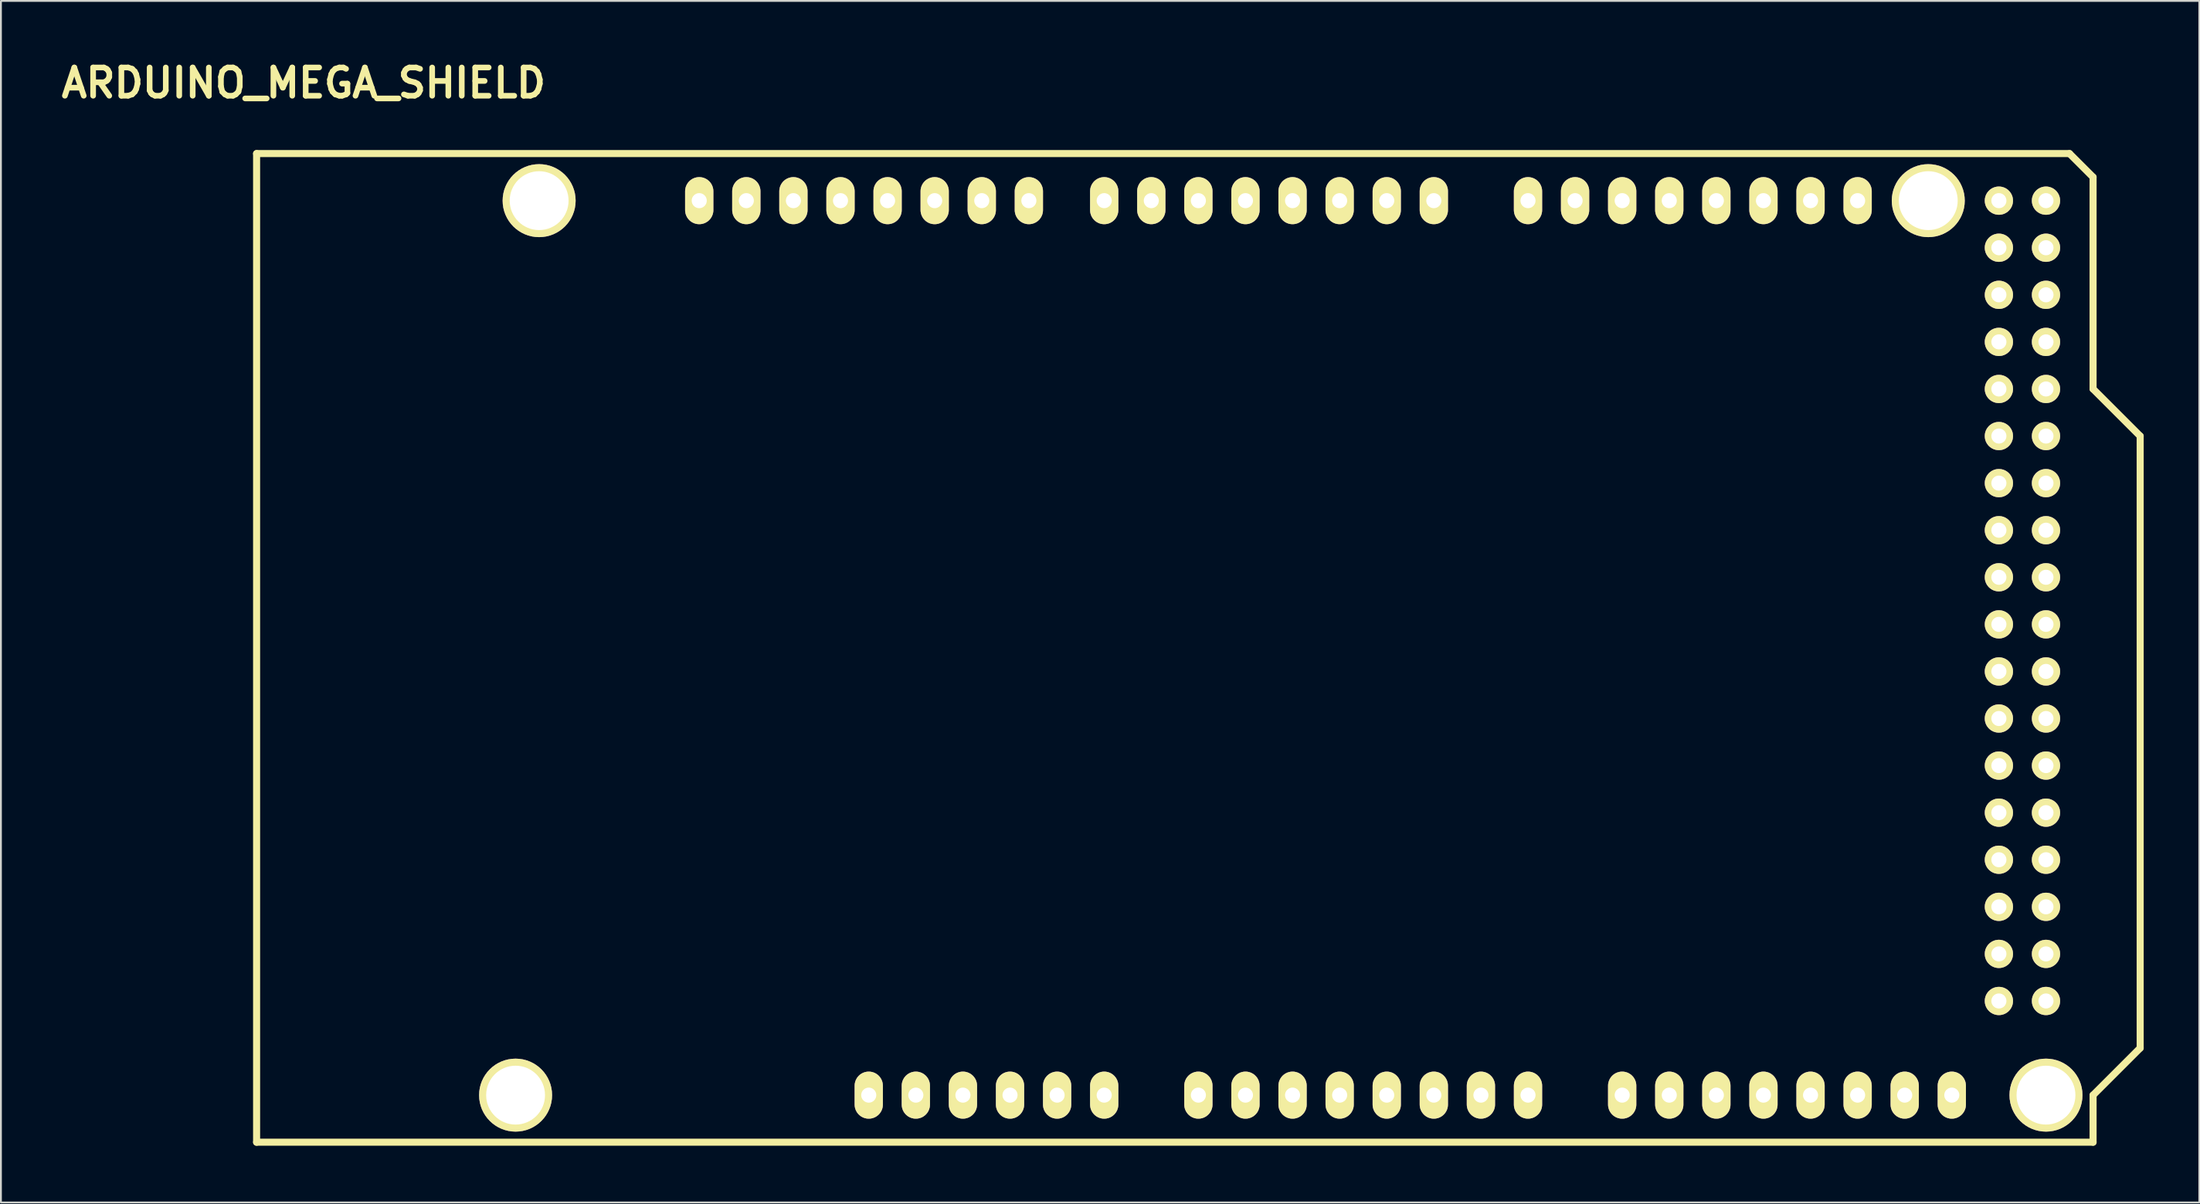
<source format=kicad_pcb>
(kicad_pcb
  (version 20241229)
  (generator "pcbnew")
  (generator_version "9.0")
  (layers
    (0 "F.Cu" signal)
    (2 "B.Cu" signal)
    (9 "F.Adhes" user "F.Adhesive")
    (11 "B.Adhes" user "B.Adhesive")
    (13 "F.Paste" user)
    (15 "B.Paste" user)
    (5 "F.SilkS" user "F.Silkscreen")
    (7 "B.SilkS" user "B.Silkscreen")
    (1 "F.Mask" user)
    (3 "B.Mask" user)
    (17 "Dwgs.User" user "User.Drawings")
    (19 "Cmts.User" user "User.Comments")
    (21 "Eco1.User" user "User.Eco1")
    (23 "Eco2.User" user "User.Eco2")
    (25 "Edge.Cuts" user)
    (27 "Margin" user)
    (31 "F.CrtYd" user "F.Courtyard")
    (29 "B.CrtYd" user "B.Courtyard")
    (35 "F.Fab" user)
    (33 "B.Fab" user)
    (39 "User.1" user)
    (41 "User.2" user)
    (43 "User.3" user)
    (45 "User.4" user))
  (footprint "ARDUINO_MEGA_SHIELD"
    (layer "F.Cu")
    (at 10.791 58.576)
    (property "Reference" "ARDUINO_MEGA_SHIELD" (at 2.54 -57.15 0) (layer "F.SilkS") (effects (font (size 1.524 1.524) (thickness 0.305))))
    (attr through_hole)
    (fp_line (start 0 0) (end 0 -53.34) (stroke (width 0.381) (type solid)) (layer "F.SilkS"))
    (fp_line (start 97.79 -53.34) (end 0 -53.34) (stroke (width 0.381) (type solid)) (layer "F.SilkS"))
    (fp_line (start 99.06 -52.07) (end 97.79 -53.34) (stroke (width 0.381) (type solid)) (layer "F.SilkS"))
    (fp_line (start 99.06 -40.64) (end 99.06 -52.07) (stroke (width 0.381) (type solid)) (layer "F.SilkS"))
    (fp_line (start 99.06 -40.64) (end 101.6 -38.1) (stroke (width 0.381) (type solid)) (layer "F.SilkS"))
    (fp_line (start 99.06 -2.54) (end 99.06 0) (stroke (width 0.381) (type solid)) (layer "F.SilkS"))
    (fp_line (start 99.06 0) (end 0 0) (stroke (width 0.381) (type solid)) (layer "F.SilkS"))
    (fp_line (start 101.6 -38.1) (end 101.6 -5.08) (stroke (width 0.381) (type solid)) (layer "F.SilkS"))
    (fp_line (start 101.6 -5.08) (end 99.06 -2.54) (stroke (width 0.381) (type solid)) (layer "F.SilkS"))
    (pad "" thru_hole circle (at 13.97 -2.54 90) (size 3.937 3.937) (drill 3.175) (layers "*.Cu" "*.Mask" "F.SilkS"))
    (pad "" thru_hole circle (at 15.24 -50.8 90) (size 3.937 3.937) (drill 3.175) (layers "*.Cu" "*.Mask" "F.SilkS"))
    (pad "" thru_hole circle (at 90.17 -50.8 90) (size 3.937 3.937) (drill 3.175) (layers "*.Cu" "*.Mask" "F.SilkS"))
    (pad "" thru_hole circle (at 96.52 -2.54 90) (size 3.937 3.937) (drill 3.175) (layers "*.Cu" "*.Mask" "F.SilkS"))
    (pad "0" thru_hole oval (at 63.5 -50.8 90) (size 2.54 1.524) (drill 0.813) (layers "*.Cu" "*.Mask" "F.SilkS"))
    (pad "1" thru_hole oval (at 60.96 -50.8 90) (size 2.54 1.524) (drill 0.813) (layers "*.Cu" "*.Mask" "F.SilkS"))
    (pad "2" thru_hole oval (at 58.42 -50.8 90) (size 2.54 1.524) (drill 0.813) (layers "*.Cu" "*.Mask" "F.SilkS"))
    (pad "3" thru_hole oval (at 55.88 -50.8 90) (size 2.54 1.524) (drill 0.813) (layers "*.Cu" "*.Mask" "F.SilkS"))
    (pad "3V3" thru_hole oval (at 35.56 -2.54 90) (size 2.54 1.524) (drill 0.813) (layers "*.Cu" "*.Mask" "F.SilkS"))
    (pad "4" thru_hole oval (at 53.34 -50.8 90) (size 2.54 1.524) (drill 0.813) (layers "*.Cu" "*.Mask" "F.SilkS"))
    (pad "5" thru_hole oval (at 50.8 -50.8 90) (size 2.54 1.524) (drill 0.813) (layers "*.Cu" "*.Mask" "F.SilkS"))
    (pad "5V" thru_hole oval (at 38.1 -2.54 90) (size 2.54 1.524) (drill 0.813) (layers "*.Cu" "*.Mask" "F.SilkS"))
    (pad "5V_4" thru_hole circle (at 93.98 -50.8) (size 1.524 1.524) (drill 0.813) (layers "*.Cu" "*.Mask" "F.SilkS"))
    (pad "5V_5" thru_hole circle (at 96.52 -50.8) (size 1.524 1.524) (drill 0.813) (layers "*.Cu" "*.Mask" "F.SilkS"))
    (pad "6" thru_hole oval (at 48.26 -50.8 90) (size 2.54 1.524) (drill 0.813) (layers "*.Cu" "*.Mask" "F.SilkS"))
    (pad "7" thru_hole oval (at 45.72 -50.8 90) (size 2.54 1.524) (drill 0.813) (layers "*.Cu" "*.Mask" "F.SilkS"))
    (pad "8" thru_hole oval (at 41.656 -50.8 90) (size 2.54 1.524) (drill 0.813) (layers "*.Cu" "*.Mask" "F.SilkS"))
    (pad "9" thru_hole oval (at 39.116 -50.8 90) (size 2.54 1.524) (drill 0.813) (layers "*.Cu" "*.Mask" "F.SilkS"))
    (pad "10" thru_hole oval (at 36.576 -50.8 90) (size 2.54 1.524) (drill 0.813) (layers "*.Cu" "*.Mask" "F.SilkS"))
    (pad "11" thru_hole oval (at 34.036 -50.8 90) (size 2.54 1.524) (drill 0.813) (layers "*.Cu" "*.Mask" "F.SilkS"))
    (pad "12" thru_hole oval (at 31.496 -50.8 90) (size 2.54 1.524) (drill 0.813) (layers "*.Cu" "*.Mask" "F.SilkS"))
    (pad "13" thru_hole oval (at 28.956 -50.8 90) (size 2.54 1.524) (drill 0.813) (layers "*.Cu" "*.Mask" "F.SilkS"))
    (pad "14" thru_hole oval (at 68.58 -50.8 90) (size 2.54 1.524) (drill 0.813) (layers "*.Cu" "*.Mask" "F.SilkS"))
    (pad "15" thru_hole oval (at 71.12 -50.8 90) (size 2.54 1.524) (drill 0.813) (layers "*.Cu" "*.Mask" "F.SilkS"))
    (pad "16" thru_hole oval (at 73.66 -50.8 90) (size 2.54 1.524) (drill 0.813) (layers "*.Cu" "*.Mask" "F.SilkS"))
    (pad "17" thru_hole oval (at 76.2 -50.8 90) (size 2.54 1.524) (drill 0.813) (layers "*.Cu" "*.Mask" "F.SilkS"))
    (pad "18" thru_hole oval (at 78.74 -50.8 90) (size 2.54 1.524) (drill 0.813) (layers "*.Cu" "*.Mask" "F.SilkS"))
    (pad "19" thru_hole oval (at 81.28 -50.8 90) (size 2.54 1.524) (drill 0.813) (layers "*.Cu" "*.Mask" "F.SilkS"))
    (pad "20" thru_hole oval (at 83.82 -50.8 90) (size 2.54 1.524) (drill 0.813) (layers "*.Cu" "*.Mask" "F.SilkS"))
    (pad "21" thru_hole oval (at 86.36 -50.8 90) (size 2.54 1.524) (drill 0.813) (layers "*.Cu" "*.Mask" "F.SilkS"))
    (pad "22" thru_hole circle (at 93.98 -48.26) (size 1.524 1.524) (drill 0.813) (layers "*.Cu" "*.Mask" "F.SilkS"))
    (pad "23" thru_hole circle (at 96.52 -48.26) (size 1.524 1.524) (drill 0.813) (layers "*.Cu" "*.Mask" "F.SilkS"))
    (pad "24" thru_hole circle (at 93.98 -45.72) (size 1.524 1.524) (drill 0.813) (layers "*.Cu" "*.Mask" "F.SilkS"))
    (pad "25" thru_hole circle (at 96.52 -45.72) (size 1.524 1.524) (drill 0.813) (layers "*.Cu" "*.Mask" "F.SilkS"))
    (pad "26" thru_hole circle (at 93.98 -43.18) (size 1.524 1.524) (drill 0.813) (layers "*.Cu" "*.Mask" "F.SilkS"))
    (pad "27" thru_hole circle (at 96.52 -43.18) (size 1.524 1.524) (drill 0.813) (layers "*.Cu" "*.Mask" "F.SilkS"))
    (pad "28" thru_hole circle (at 93.98 -40.64) (size 1.524 1.524) (drill 0.813) (layers "*.Cu" "*.Mask" "F.SilkS"))
    (pad "29" thru_hole circle (at 96.52 -40.64) (size 1.524 1.524) (drill 0.813) (layers "*.Cu" "*.Mask" "F.SilkS"))
    (pad "30" thru_hole circle (at 93.98 -38.1) (size 1.524 1.524) (drill 0.813) (layers "*.Cu" "*.Mask" "F.SilkS"))
    (pad "31" thru_hole circle (at 96.52 -38.1) (size 1.524 1.524) (drill 0.813) (layers "*.Cu" "*.Mask" "F.SilkS"))
    (pad "32" thru_hole circle (at 93.98 -35.56) (size 1.524 1.524) (drill 0.813) (layers "*.Cu" "*.Mask" "F.SilkS"))
    (pad "33" thru_hole circle (at 96.52 -35.56) (size 1.524 1.524) (drill 0.813) (layers "*.Cu" "*.Mask" "F.SilkS"))
    (pad "34" thru_hole circle (at 93.98 -33.02) (size 1.524 1.524) (drill 0.813) (layers "*.Cu" "*.Mask" "F.SilkS"))
    (pad "35" thru_hole circle (at 96.52 -33.02) (size 1.524 1.524) (drill 0.813) (layers "*.Cu" "*.Mask" "F.SilkS"))
    (pad "36" thru_hole circle (at 93.98 -30.48) (size 1.524 1.524) (drill 0.813) (layers "*.Cu" "*.Mask" "F.SilkS"))
    (pad "37" thru_hole circle (at 96.52 -30.48) (size 1.524 1.524) (drill 0.813) (layers "*.Cu" "*.Mask" "F.SilkS"))
    (pad "38" thru_hole circle (at 93.98 -27.94) (size 1.524 1.524) (drill 0.813) (layers "*.Cu" "*.Mask" "F.SilkS"))
    (pad "39" thru_hole circle (at 96.52 -27.94) (size 1.524 1.524) (drill 0.813) (layers "*.Cu" "*.Mask" "F.SilkS"))
    (pad "40" thru_hole circle (at 93.98 -25.4) (size 1.524 1.524) (drill 0.813) (layers "*.Cu" "*.Mask" "F.SilkS"))
    (pad "41" thru_hole circle (at 96.52 -25.4) (size 1.524 1.524) (drill 0.813) (layers "*.Cu" "*.Mask" "F.SilkS"))
    (pad "42" thru_hole circle (at 93.98 -22.86) (size 1.524 1.524) (drill 0.813) (layers "*.Cu" "*.Mask" "F.SilkS"))
    (pad "43" thru_hole circle (at 96.52 -22.86) (size 1.524 1.524) (drill 0.813) (layers "*.Cu" "*.Mask" "F.SilkS"))
    (pad "44" thru_hole circle (at 93.98 -20.32) (size 1.524 1.524) (drill 0.813) (layers "*.Cu" "*.Mask" "F.SilkS"))
    (pad "45" thru_hole circle (at 96.52 -20.32) (size 1.524 1.524) (drill 0.813) (layers "*.Cu" "*.Mask" "F.SilkS"))
    (pad "46" thru_hole circle (at 93.98 -17.78) (size 1.524 1.524) (drill 0.813) (layers "*.Cu" "*.Mask" "F.SilkS"))
    (pad "47" thru_hole circle (at 96.52 -17.78) (size 1.524 1.524) (drill 0.813) (layers "*.Cu" "*.Mask" "F.SilkS"))
    (pad "48" thru_hole circle (at 93.98 -15.24) (size 1.524 1.524) (drill 0.813) (layers "*.Cu" "*.Mask" "F.SilkS"))
    (pad "49" thru_hole circle (at 96.52 -15.24) (size 1.524 1.524) (drill 0.813) (layers "*.Cu" "*.Mask" "F.SilkS"))
    (pad "50" thru_hole circle (at 93.98 -12.7) (size 1.524 1.524) (drill 0.813) (layers "*.Cu" "*.Mask" "F.SilkS"))
    (pad "51" thru_hole circle (at 96.52 -12.7) (size 1.524 1.524) (drill 0.813) (layers "*.Cu" "*.Mask" "F.SilkS"))
    (pad "52" thru_hole circle (at 93.98 -10.16) (size 1.524 1.524) (drill 0.813) (layers "*.Cu" "*.Mask" "F.SilkS"))
    (pad "53" thru_hole circle (at 96.52 -10.16) (size 1.524 1.524) (drill 0.813) (layers "*.Cu" "*.Mask" "F.SilkS"))
    (pad "AD0" thru_hole oval (at 50.8 -2.54 90) (size 2.54 1.524) (drill 0.813) (layers "*.Cu" "*.Mask" "F.SilkS"))
    (pad "AD1" thru_hole oval (at 53.34 -2.54 90) (size 2.54 1.524) (drill 0.813) (layers "*.Cu" "*.Mask" "F.SilkS"))
    (pad "AD2" thru_hole oval (at 55.88 -2.54 90) (size 2.54 1.524) (drill 0.813) (layers "*.Cu" "*.Mask" "F.SilkS"))
    (pad "AD3" thru_hole oval (at 58.42 -2.54 90) (size 2.54 1.524) (drill 0.813) (layers "*.Cu" "*.Mask" "F.SilkS"))
    (pad "AD4" thru_hole oval (at 60.96 -2.54 90) (size 2.54 1.524) (drill 0.813) (layers "*.Cu" "*.Mask" "F.SilkS"))
    (pad "AD5" thru_hole oval (at 63.5 -2.54 90) (size 2.54 1.524) (drill 0.813) (layers "*.Cu" "*.Mask" "F.SilkS"))
    (pad "AD6" thru_hole oval (at 66.04 -2.54 90) (size 2.54 1.524) (drill 0.813) (layers "*.Cu" "*.Mask" "F.SilkS"))
    (pad "AD7" thru_hole oval (at 68.58 -2.54 90) (size 2.54 1.524) (drill 0.813) (layers "*.Cu" "*.Mask" "F.SilkS"))
    (pad "AD8" thru_hole oval (at 73.66 -2.54 90) (size 2.54 1.524) (drill 0.813) (layers "*.Cu" "*.Mask" "F.SilkS"))
    (pad "AD9" thru_hole oval (at 76.2 -2.54 90) (size 2.54 1.524) (drill 0.813) (layers "*.Cu" "*.Mask" "F.SilkS"))
    (pad "AD10" thru_hole oval (at 78.74 -2.54 90) (size 2.54 1.524) (drill 0.813) (layers "*.Cu" "*.Mask" "F.SilkS"))
    (pad "AD11" thru_hole oval (at 81.28 -2.54 90) (size 2.54 1.524) (drill 0.813) (layers "*.Cu" "*.Mask" "F.SilkS"))
    (pad "AD12" thru_hole oval (at 83.82 -2.54 90) (size 2.54 1.524) (drill 0.813) (layers "*.Cu" "*.Mask" "F.SilkS"))
    (pad "AD13" thru_hole oval (at 86.36 -2.54 90) (size 2.54 1.524) (drill 0.813) (layers "*.Cu" "*.Mask" "F.SilkS"))
    (pad "AD14" thru_hole oval (at 88.9 -2.54 90) (size 2.54 1.524) (drill 0.813) (layers "*.Cu" "*.Mask" "F.SilkS"))
    (pad "AD15" thru_hole oval (at 91.44 -2.54 90) (size 2.54 1.524) (drill 0.813) (layers "*.Cu" "*.Mask" "F.SilkS"))
    (pad "AREF" thru_hole oval (at 23.876 -50.8 90) (size 2.54 1.524) (drill 0.813) (layers "*.Cu" "*.Mask" "F.SilkS"))
    (pad "GND1" thru_hole oval (at 40.64 -2.54 90) (size 2.54 1.524) (drill 0.813) (layers "*.Cu" "*.Mask" "F.SilkS"))
    (pad "GND2" thru_hole oval (at 43.18 -2.54 90) (size 2.54 1.524) (drill 0.813) (layers "*.Cu" "*.Mask" "F.SilkS"))
    (pad "GND3" thru_hole oval (at 26.416 -50.8 90) (size 2.54 1.524) (drill 0.813) (layers "*.Cu" "*.Mask" "F.SilkS"))
    (pad "GND4" thru_hole circle (at 93.98 -7.62) (size 1.524 1.524) (drill 0.813) (layers "*.Cu" "*.Mask" "F.SilkS"))
    (pad "GND5" thru_hole circle (at 96.52 -7.62) (size 1.524 1.524) (drill 0.813) (layers "*.Cu" "*.Mask" "F.SilkS"))
    (pad "RST" thru_hole oval (at 33.02 -2.54 90) (size 2.54 1.524) (drill 0.813) (layers "*.Cu" "*.Mask" "F.SilkS"))
    (pad "V_IN" thru_hole oval (at 45.72 -2.54 90) (size 2.54 1.524) (drill 0.813) (layers "*.Cu" "*.Mask" "F.SilkS")))
  (gr_rect
    (start -3 -3)
    (end 115.582 61.826)
    (stroke (width 0.1) (type default))
    (fill no)
    (layer "Edge.Cuts")))
</source>
